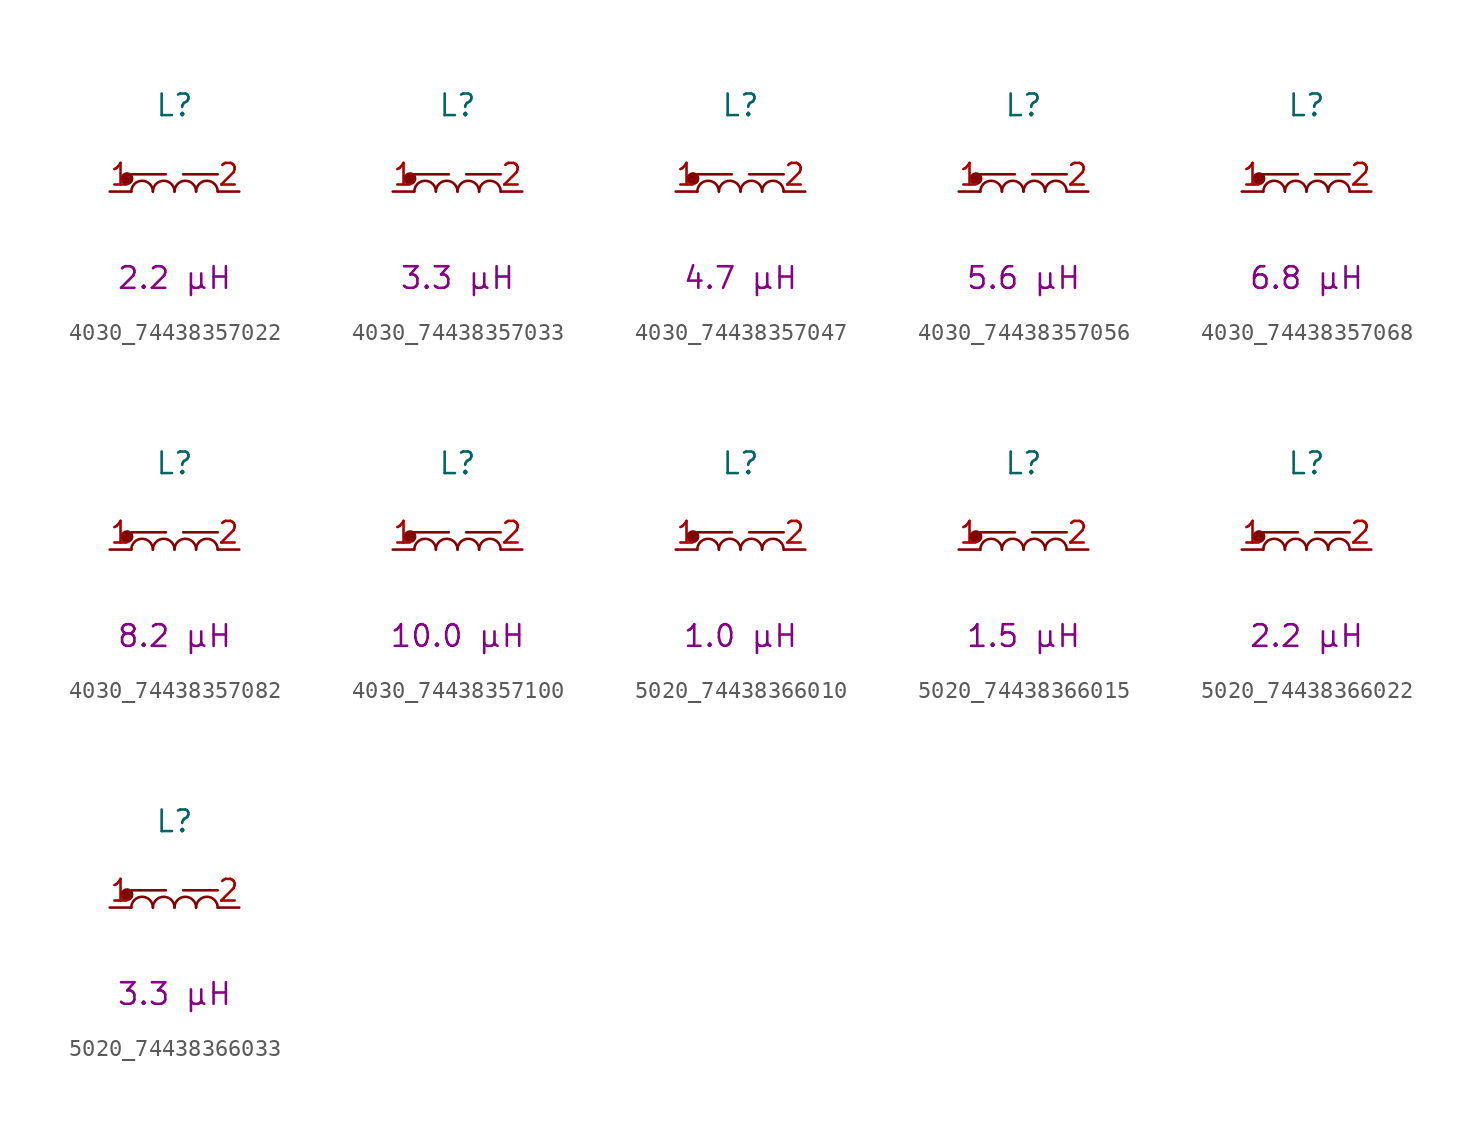
<source format=kicad_sym>
(kicad_symbol_lib
  (version 20220914)
  (generator kicad_symbol_editor)
  (symbol "4030_74438357022"
    (pin_names hide)
    (property "Reference" "L"
      (at 0 5.08 0)
      (effects (font (size 1.27 1.27))))
    (property "Critical Parameter" "2.2 µH"
      (at 0 -5.08 0)
      (effects (font (size 1.27 1.27))))
    (symbol "4030_74438357022_0_1"
      (arc (start -1.27 0) (mid -1.905 0.6323) (end -2.54 0) (stroke (width 0) (type default)) (fill (type none)))
      (arc (start 0 0) (mid -0.635 0.6323) (end -1.27 0) (stroke (width 0) (type default)) (fill (type none)))
      (polyline (pts (xy -2.54 1.016) (xy -0.508 1.016)) (stroke (width 0) (type default)) (fill (type none)))
      (arc (start 1.27 0) (mid 0.635 0.6323) (end 0 0) (stroke (width 0) (type default)) (fill (type none)))
      (arc (start 2.54 0) (mid 1.905 0.6323) (end 1.27 0) (stroke (width 0) (type default)) (fill (type none))))
    (symbol "4030_74438357022_1_1"
      (circle (center -2.794 0.762) (radius 0.0001) (stroke (width 0.381) (type default)) (fill (type none)))
      (polyline (pts (xy 2.54 1.016) (xy 0.508 1.016)) (stroke (width 0) (type default)) (fill (type none)))
      (pin passive line (at -3.81 0 0) (length 1.27) (name "1" (effects (font (size 1.27 1.27)))) (number "1" (effects (font (size 1.27 1.27)))))
      (pin passive line (at 3.81 0 180) (length 1.27) (name "2" (effects (font (size 1.27 1.27)))) (number "2" (effects (font (size 1.27 1.27)))))))
  (symbol "4030_74438357033"
    (pin_names hide)
    (property "Reference" "L"
      (at 0 5.08 0)
      (effects (font (size 1.27 1.27))))
    (property "Critical Parameter" "3.3 µH"
      (at 0 -5.08 0)
      (effects (font (size 1.27 1.27))))
    (symbol "4030_74438357033_0_1"
      (arc (start -1.27 0) (mid -1.905 0.6323) (end -2.54 0) (stroke (width 0) (type default)) (fill (type none)))
      (arc (start 0 0) (mid -0.635 0.6323) (end -1.27 0) (stroke (width 0) (type default)) (fill (type none)))
      (polyline (pts (xy -2.54 1.016) (xy -0.508 1.016)) (stroke (width 0) (type default)) (fill (type none)))
      (arc (start 1.27 0) (mid 0.635 0.6323) (end 0 0) (stroke (width 0) (type default)) (fill (type none)))
      (arc (start 2.54 0) (mid 1.905 0.6323) (end 1.27 0) (stroke (width 0) (type default)) (fill (type none))))
    (symbol "4030_74438357033_1_1"
      (circle (center -2.794 0.762) (radius 0.0001) (stroke (width 0.381) (type default)) (fill (type none)))
      (polyline (pts (xy 2.54 1.016) (xy 0.508 1.016)) (stroke (width 0) (type default)) (fill (type none)))
      (pin passive line (at -3.81 0 0) (length 1.27) (name "1" (effects (font (size 1.27 1.27)))) (number "1" (effects (font (size 1.27 1.27)))))
      (pin passive line (at 3.81 0 180) (length 1.27) (name "2" (effects (font (size 1.27 1.27)))) (number "2" (effects (font (size 1.27 1.27)))))))
  (symbol "4030_74438357047"
    (pin_names hide)
    (property "Reference" "L"
      (at 0 5.08 0)
      (effects (font (size 1.27 1.27))))
    (property "Critical Parameter" "4.7 µH"
      (at 0 -5.08 0)
      (effects (font (size 1.27 1.27))))
    (symbol "4030_74438357047_0_1"
      (arc (start -1.27 0) (mid -1.905 0.6323) (end -2.54 0) (stroke (width 0) (type default)) (fill (type none)))
      (arc (start 0 0) (mid -0.635 0.6323) (end -1.27 0) (stroke (width 0) (type default)) (fill (type none)))
      (polyline (pts (xy -2.54 1.016) (xy -0.508 1.016)) (stroke (width 0) (type default)) (fill (type none)))
      (arc (start 1.27 0) (mid 0.635 0.6323) (end 0 0) (stroke (width 0) (type default)) (fill (type none)))
      (arc (start 2.54 0) (mid 1.905 0.6323) (end 1.27 0) (stroke (width 0) (type default)) (fill (type none))))
    (symbol "4030_74438357047_1_1"
      (circle (center -2.794 0.762) (radius 0.0001) (stroke (width 0.381) (type default)) (fill (type none)))
      (polyline (pts (xy 2.54 1.016) (xy 0.508 1.016)) (stroke (width 0) (type default)) (fill (type none)))
      (pin passive line (at -3.81 0 0) (length 1.27) (name "1" (effects (font (size 1.27 1.27)))) (number "1" (effects (font (size 1.27 1.27)))))
      (pin passive line (at 3.81 0 180) (length 1.27) (name "2" (effects (font (size 1.27 1.27)))) (number "2" (effects (font (size 1.27 1.27)))))))
  (symbol "4030_74438357056"
    (pin_names hide)
    (property "Reference" "L"
      (at 0 5.08 0)
      (effects (font (size 1.27 1.27))))
    (property "Critical Parameter" "5.6 µH"
      (at 0 -5.08 0)
      (effects (font (size 1.27 1.27))))
    (symbol "4030_74438357056_0_1"
      (arc (start -1.27 0) (mid -1.905 0.6323) (end -2.54 0) (stroke (width 0) (type default)) (fill (type none)))
      (arc (start 0 0) (mid -0.635 0.6323) (end -1.27 0) (stroke (width 0) (type default)) (fill (type none)))
      (polyline (pts (xy -2.54 1.016) (xy -0.508 1.016)) (stroke (width 0) (type default)) (fill (type none)))
      (arc (start 1.27 0) (mid 0.635 0.6323) (end 0 0) (stroke (width 0) (type default)) (fill (type none)))
      (arc (start 2.54 0) (mid 1.905 0.6323) (end 1.27 0) (stroke (width 0) (type default)) (fill (type none))))
    (symbol "4030_74438357056_1_1"
      (circle (center -2.794 0.762) (radius 0.0001) (stroke (width 0.381) (type default)) (fill (type none)))
      (polyline (pts (xy 2.54 1.016) (xy 0.508 1.016)) (stroke (width 0) (type default)) (fill (type none)))
      (pin passive line (at -3.81 0 0) (length 1.27) (name "1" (effects (font (size 1.27 1.27)))) (number "1" (effects (font (size 1.27 1.27)))))
      (pin passive line (at 3.81 0 180) (length 1.27) (name "2" (effects (font (size 1.27 1.27)))) (number "2" (effects (font (size 1.27 1.27)))))))
  (symbol "4030_74438357068"
    (pin_names hide)
    (property "Reference" "L"
      (at 0 5.08 0)
      (effects (font (size 1.27 1.27))))
    (property "Critical Parameter" "6.8 µH"
      (at 0 -5.08 0)
      (effects (font (size 1.27 1.27))))
    (symbol "4030_74438357068_0_1"
      (arc (start -1.27 0) (mid -1.905 0.6323) (end -2.54 0) (stroke (width 0) (type default)) (fill (type none)))
      (arc (start 0 0) (mid -0.635 0.6323) (end -1.27 0) (stroke (width 0) (type default)) (fill (type none)))
      (polyline (pts (xy -2.54 1.016) (xy -0.508 1.016)) (stroke (width 0) (type default)) (fill (type none)))
      (arc (start 1.27 0) (mid 0.635 0.6323) (end 0 0) (stroke (width 0) (type default)) (fill (type none)))
      (arc (start 2.54 0) (mid 1.905 0.6323) (end 1.27 0) (stroke (width 0) (type default)) (fill (type none))))
    (symbol "4030_74438357068_1_1"
      (circle (center -2.794 0.762) (radius 0.0001) (stroke (width 0.381) (type default)) (fill (type none)))
      (polyline (pts (xy 2.54 1.016) (xy 0.508 1.016)) (stroke (width 0) (type default)) (fill (type none)))
      (pin passive line (at -3.81 0 0) (length 1.27) (name "1" (effects (font (size 1.27 1.27)))) (number "1" (effects (font (size 1.27 1.27)))))
      (pin passive line (at 3.81 0 180) (length 1.27) (name "2" (effects (font (size 1.27 1.27)))) (number "2" (effects (font (size 1.27 1.27)))))))
  (symbol "4030_74438357082"
    (pin_names hide)
    (property "Reference" "L"
      (at 0 5.08 0)
      (effects (font (size 1.27 1.27))))
    (property "Critical Parameter" "8.2 µH"
      (at 0 -5.08 0)
      (effects (font (size 1.27 1.27))))
    (symbol "4030_74438357082_0_1"
      (arc (start -1.27 0) (mid -1.905 0.6323) (end -2.54 0) (stroke (width 0) (type default)) (fill (type none)))
      (arc (start 0 0) (mid -0.635 0.6323) (end -1.27 0) (stroke (width 0) (type default)) (fill (type none)))
      (polyline (pts (xy -2.54 1.016) (xy -0.508 1.016)) (stroke (width 0) (type default)) (fill (type none)))
      (arc (start 1.27 0) (mid 0.635 0.6323) (end 0 0) (stroke (width 0) (type default)) (fill (type none)))
      (arc (start 2.54 0) (mid 1.905 0.6323) (end 1.27 0) (stroke (width 0) (type default)) (fill (type none))))
    (symbol "4030_74438357082_1_1"
      (circle (center -2.794 0.762) (radius 0.0001) (stroke (width 0.381) (type default)) (fill (type none)))
      (polyline (pts (xy 2.54 1.016) (xy 0.508 1.016)) (stroke (width 0) (type default)) (fill (type none)))
      (pin passive line (at -3.81 0 0) (length 1.27) (name "1" (effects (font (size 1.27 1.27)))) (number "1" (effects (font (size 1.27 1.27)))))
      (pin passive line (at 3.81 0 180) (length 1.27) (name "2" (effects (font (size 1.27 1.27)))) (number "2" (effects (font (size 1.27 1.27)))))))
  (symbol "4030_74438357100"
    (pin_names hide)
    (property "Reference" "L"
      (at 0 5.08 0)
      (effects (font (size 1.27 1.27))))
    (property "Critical Parameter" "10.0 µH"
      (at 0 -5.08 0)
      (effects (font (size 1.27 1.27))))
    (symbol "4030_74438357100_0_1"
      (arc (start -1.27 0) (mid -1.905 0.6323) (end -2.54 0) (stroke (width 0) (type default)) (fill (type none)))
      (arc (start 0 0) (mid -0.635 0.6323) (end -1.27 0) (stroke (width 0) (type default)) (fill (type none)))
      (polyline (pts (xy -2.54 1.016) (xy -0.508 1.016)) (stroke (width 0) (type default)) (fill (type none)))
      (arc (start 1.27 0) (mid 0.635 0.6323) (end 0 0) (stroke (width 0) (type default)) (fill (type none)))
      (arc (start 2.54 0) (mid 1.905 0.6323) (end 1.27 0) (stroke (width 0) (type default)) (fill (type none))))
    (symbol "4030_74438357100_1_1"
      (circle (center -2.794 0.762) (radius 0.0001) (stroke (width 0.381) (type default)) (fill (type none)))
      (polyline (pts (xy 2.54 1.016) (xy 0.508 1.016)) (stroke (width 0) (type default)) (fill (type none)))
      (pin passive line (at -3.81 0 0) (length 1.27) (name "1" (effects (font (size 1.27 1.27)))) (number "1" (effects (font (size 1.27 1.27)))))
      (pin passive line (at 3.81 0 180) (length 1.27) (name "2" (effects (font (size 1.27 1.27)))) (number "2" (effects (font (size 1.27 1.27)))))))
  (symbol "5020_74438366010"
    (pin_names hide)
    (property "Reference" "L"
      (at 0 5.08 0)
      (effects (font (size 1.27 1.27))))
    (property "Critical Parameter" "1.0 µH"
      (at 0 -5.08 0)
      (effects (font (size 1.27 1.27))))
    (symbol "5020_74438366010_0_1"
      (arc (start -1.27 0) (mid -1.905 0.6323) (end -2.54 0) (stroke (width 0) (type default)) (fill (type none)))
      (arc (start 0 0) (mid -0.635 0.6323) (end -1.27 0) (stroke (width 0) (type default)) (fill (type none)))
      (polyline (pts (xy -2.54 1.016) (xy -0.508 1.016)) (stroke (width 0) (type default)) (fill (type none)))
      (arc (start 1.27 0) (mid 0.635 0.6323) (end 0 0) (stroke (width 0) (type default)) (fill (type none)))
      (arc (start 2.54 0) (mid 1.905 0.6323) (end 1.27 0) (stroke (width 0) (type default)) (fill (type none))))
    (symbol "5020_74438366010_1_1"
      (circle (center -2.794 0.762) (radius 0.0001) (stroke (width 0.381) (type default)) (fill (type none)))
      (polyline (pts (xy 2.54 1.016) (xy 0.508 1.016)) (stroke (width 0) (type default)) (fill (type none)))
      (pin passive line (at -3.81 0 0) (length 1.27) (name "1" (effects (font (size 1.27 1.27)))) (number "1" (effects (font (size 1.27 1.27)))))
      (pin passive line (at 3.81 0 180) (length 1.27) (name "2" (effects (font (size 1.27 1.27)))) (number "2" (effects (font (size 1.27 1.27)))))))
  (symbol "5020_74438366015"
    (pin_names hide)
    (property "Reference" "L"
      (at 0 5.08 0)
      (effects (font (size 1.27 1.27))))
    (property "Critical Parameter" "1.5 µH"
      (at 0 -5.08 0)
      (effects (font (size 1.27 1.27))))
    (symbol "5020_74438366015_0_1"
      (arc (start -1.27 0) (mid -1.905 0.6323) (end -2.54 0) (stroke (width 0) (type default)) (fill (type none)))
      (arc (start 0 0) (mid -0.635 0.6323) (end -1.27 0) (stroke (width 0) (type default)) (fill (type none)))
      (polyline (pts (xy -2.54 1.016) (xy -0.508 1.016)) (stroke (width 0) (type default)) (fill (type none)))
      (arc (start 1.27 0) (mid 0.635 0.6323) (end 0 0) (stroke (width 0) (type default)) (fill (type none)))
      (arc (start 2.54 0) (mid 1.905 0.6323) (end 1.27 0) (stroke (width 0) (type default)) (fill (type none))))
    (symbol "5020_74438366015_1_1"
      (circle (center -2.794 0.762) (radius 0.0001) (stroke (width 0.381) (type default)) (fill (type none)))
      (polyline (pts (xy 2.54 1.016) (xy 0.508 1.016)) (stroke (width 0) (type default)) (fill (type none)))
      (pin passive line (at -3.81 0 0) (length 1.27) (name "1" (effects (font (size 1.27 1.27)))) (number "1" (effects (font (size 1.27 1.27)))))
      (pin passive line (at 3.81 0 180) (length 1.27) (name "2" (effects (font (size 1.27 1.27)))) (number "2" (effects (font (size 1.27 1.27)))))))
  (symbol "5020_74438366022"
    (pin_names hide)
    (property "Reference" "L"
      (at 0 5.08 0)
      (effects (font (size 1.27 1.27))))
    (property "Critical Parameter" "2.2 µH"
      (at 0 -5.08 0)
      (effects (font (size 1.27 1.27))))
    (symbol "5020_74438366022_0_1"
      (arc (start -1.27 0) (mid -1.905 0.6323) (end -2.54 0) (stroke (width 0) (type default)) (fill (type none)))
      (arc (start 0 0) (mid -0.635 0.6323) (end -1.27 0) (stroke (width 0) (type default)) (fill (type none)))
      (polyline (pts (xy -2.54 1.016) (xy -0.508 1.016)) (stroke (width 0) (type default)) (fill (type none)))
      (arc (start 1.27 0) (mid 0.635 0.6323) (end 0 0) (stroke (width 0) (type default)) (fill (type none)))
      (arc (start 2.54 0) (mid 1.905 0.6323) (end 1.27 0) (stroke (width 0) (type default)) (fill (type none))))
    (symbol "5020_74438366022_1_1"
      (circle (center -2.794 0.762) (radius 0.0001) (stroke (width 0.381) (type default)) (fill (type none)))
      (polyline (pts (xy 2.54 1.016) (xy 0.508 1.016)) (stroke (width 0) (type default)) (fill (type none)))
      (pin passive line (at -3.81 0 0) (length 1.27) (name "1" (effects (font (size 1.27 1.27)))) (number "1" (effects (font (size 1.27 1.27)))))
      (pin passive line (at 3.81 0 180) (length 1.27) (name "2" (effects (font (size 1.27 1.27)))) (number "2" (effects (font (size 1.27 1.27)))))))
  (symbol "5020_74438366033"
    (pin_names hide)
    (property "Reference" "L"
      (at 0 5.08 0)
      (effects (font (size 1.27 1.27))))
    (property "Critical Parameter" "3.3 µH"
      (at 0 -5.08 0)
      (effects (font (size 1.27 1.27))))
    (symbol "5020_74438366033_0_1"
      (arc (start -1.27 0) (mid -1.905 0.6323) (end -2.54 0) (stroke (width 0) (type default)) (fill (type none)))
      (arc (start 0 0) (mid -0.635 0.6323) (end -1.27 0) (stroke (width 0) (type default)) (fill (type none)))
      (polyline (pts (xy -2.54 1.016) (xy -0.508 1.016)) (stroke (width 0) (type default)) (fill (type none)))
      (arc (start 1.27 0) (mid 0.635 0.6323) (end 0 0) (stroke (width 0) (type default)) (fill (type none)))
      (arc (start 2.54 0) (mid 1.905 0.6323) (end 1.27 0) (stroke (width 0) (type default)) (fill (type none))))
    (symbol "5020_74438366033_1_1"
      (circle (center -2.794 0.762) (radius 0.0001) (stroke (width 0.381) (type default)) (fill (type none)))
      (polyline (pts (xy 2.54 1.016) (xy 0.508 1.016)) (stroke (width 0) (type default)) (fill (type none)))
      (pin passive line (at -3.81 0 0) (length 1.27) (name "1" (effects (font (size 1.27 1.27)))) (number "1" (effects (font (size 1.27 1.27)))))
      (pin passive line (at 3.81 0 180) (length 1.27) (name "2" (effects (font (size 1.27 1.27)))) (number "2" (effects (font (size 1.27 1.27))))))))
</source>
